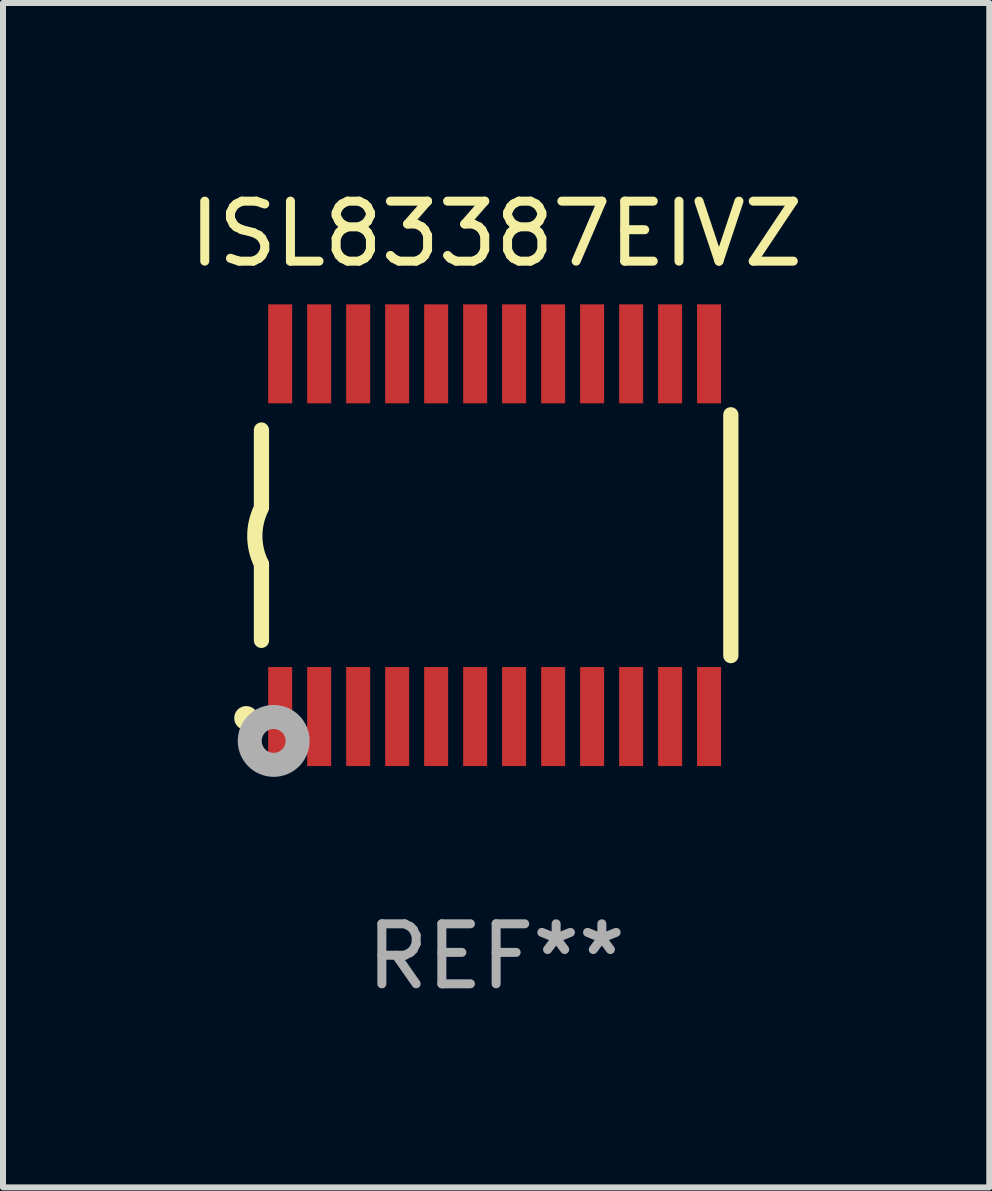
<source format=kicad_pcb>
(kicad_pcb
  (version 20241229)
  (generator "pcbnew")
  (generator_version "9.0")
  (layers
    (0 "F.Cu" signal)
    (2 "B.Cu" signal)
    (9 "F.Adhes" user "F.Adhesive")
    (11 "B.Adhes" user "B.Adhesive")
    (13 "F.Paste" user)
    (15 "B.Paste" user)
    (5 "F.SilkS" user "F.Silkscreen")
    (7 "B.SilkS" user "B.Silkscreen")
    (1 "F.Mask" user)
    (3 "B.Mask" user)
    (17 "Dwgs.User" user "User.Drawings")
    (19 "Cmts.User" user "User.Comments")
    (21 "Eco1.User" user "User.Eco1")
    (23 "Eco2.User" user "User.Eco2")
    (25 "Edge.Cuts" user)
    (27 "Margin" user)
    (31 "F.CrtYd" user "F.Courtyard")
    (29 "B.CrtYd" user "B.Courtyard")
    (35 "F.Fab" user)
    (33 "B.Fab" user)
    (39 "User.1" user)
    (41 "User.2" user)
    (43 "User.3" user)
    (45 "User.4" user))
  (footprint "ISL83387EIVZ"
    (layer "F.Cu")
    (at 5.22 5.871)
    (property "Reference" "ISL83387EIVZ" (at 0 -5.023 0) (layer "F.SilkS") (effects (font (size 1 1) (thickness 0.15))))
    (attr through_hole)
    (fp_line (start -3.912 -0.483) (end -3.912 -1.753) (stroke (width 0.254) (type solid)) (layer "F.SilkS"))
    (fp_line (start -3.912 1.753) (end -3.912 0.483) (stroke (width 0.254) (type solid)) (layer "F.SilkS"))
    (fp_line (start 3.912 -2.007) (end 3.912 2.007) (stroke (width 0.254) (type solid)) (layer "F.SilkS"))
    (fp_arc (start -3.911608 0.482601) (mid -4.022537 0.0127) (end -3.911608 -0.457201) (stroke (width 0.254001) (type solid)) (layer "F.SilkS"))
    (fp_circle (center -4.166 3.048) (end -4.066 3.048) (stroke (width 0.2) (type solid)) (fill no) (layer "F.SilkS"))
    (fp_circle (center -3.925 3.186) (end -3.895 3.186) (stroke (width 0.06) (type solid)) (fill no) (layer "F.SilkS"))
    (fp_circle (center -3.708 3.429) (end -3.509 3.429) (stroke (width 0.4) (type solid)) (fill no) (layer "F.Fab"))
    (fp_text user "REF**" (at 0 7.023 0) (layer "F.Fab") (effects (font (size 1 1) (thickness 0.15))))
    (pad "1" smd rect (at -3.6 3.023) (size 0.4 1.65) (layers "F.Cu" "F.Mask" "F.Paste"))
    (pad "2" smd rect (at -2.95 3.023) (size 0.4 1.65) (layers "F.Cu" "F.Mask" "F.Paste"))
    (pad "3" smd rect (at -2.3 3.023) (size 0.4 1.65) (layers "F.Cu" "F.Mask" "F.Paste"))
    (pad "4" smd rect (at -1.65 3.023) (size 0.4 1.65) (layers "F.Cu" "F.Mask" "F.Paste"))
    (pad "5" smd rect (at -1 3.023) (size 0.4 1.65) (layers "F.Cu" "F.Mask" "F.Paste"))
    (pad "6" smd rect (at -0.35 3.023) (size 0.4 1.65) (layers "F.Cu" "F.Mask" "F.Paste"))
    (pad "7" smd rect (at 0.299 3.023) (size 0.4 1.65) (layers "F.Cu" "F.Mask" "F.Paste"))
    (pad "8" smd rect (at 0.95 3.023) (size 0.4 1.65) (layers "F.Cu" "F.Mask" "F.Paste"))
    (pad "9" smd rect (at 1.6 3.023) (size 0.4 1.65) (layers "F.Cu" "F.Mask" "F.Paste"))
    (pad "10" smd rect (at 2.25 3.023) (size 0.4 1.65) (layers "F.Cu" "F.Mask" "F.Paste"))
    (pad "11" smd rect (at 2.9 3.023) (size 0.4 1.65) (layers "F.Cu" "F.Mask" "F.Paste"))
    (pad "12" smd rect (at 3.549 3.023) (size 0.4 1.65) (layers "F.Cu" "F.Mask" "F.Paste"))
    (pad "13" smd rect (at 3.549 -3.023) (size 0.4 1.65) (layers "F.Cu" "F.Mask" "F.Paste"))
    (pad "14" smd rect (at 2.9 -3.023) (size 0.4 1.65) (layers "F.Cu" "F.Mask" "F.Paste"))
    (pad "15" smd rect (at 2.25 -3.023) (size 0.4 1.65) (layers "F.Cu" "F.Mask" "F.Paste"))
    (pad "16" smd rect (at 1.6 -3.023) (size 0.4 1.65) (layers "F.Cu" "F.Mask" "F.Paste"))
    (pad "17" smd rect (at 0.95 -3.023) (size 0.4 1.65) (layers "F.Cu" "F.Mask" "F.Paste"))
    (pad "18" smd rect (at 0.299 -3.023) (size 0.4 1.65) (layers "F.Cu" "F.Mask" "F.Paste"))
    (pad "19" smd rect (at -0.35 -3.023) (size 0.4 1.65) (layers "F.Cu" "F.Mask" "F.Paste"))
    (pad "20" smd rect (at -1 -3.023) (size 0.4 1.65) (layers "F.Cu" "F.Mask" "F.Paste"))
    (pad "21" smd rect (at -1.65 -3.023) (size 0.4 1.65) (layers "F.Cu" "F.Mask" "F.Paste"))
    (pad "22" smd rect (at -2.3 -3.023) (size 0.4 1.65) (layers "F.Cu" "F.Mask" "F.Paste"))
    (pad "23" smd rect (at -2.95 -3.023) (size 0.4 1.65) (layers "F.Cu" "F.Mask" "F.Paste"))
    (pad "24" smd rect (at -3.6 -3.023) (size 0.4 1.65) (layers "F.Cu" "F.Mask" "F.Paste")))
  (gr_rect
    (start -3 -3)
    (end 13.44 16.742)
    (stroke (width 0.1) (type default))
    (fill no)
    (layer "Edge.Cuts")))
</source>
